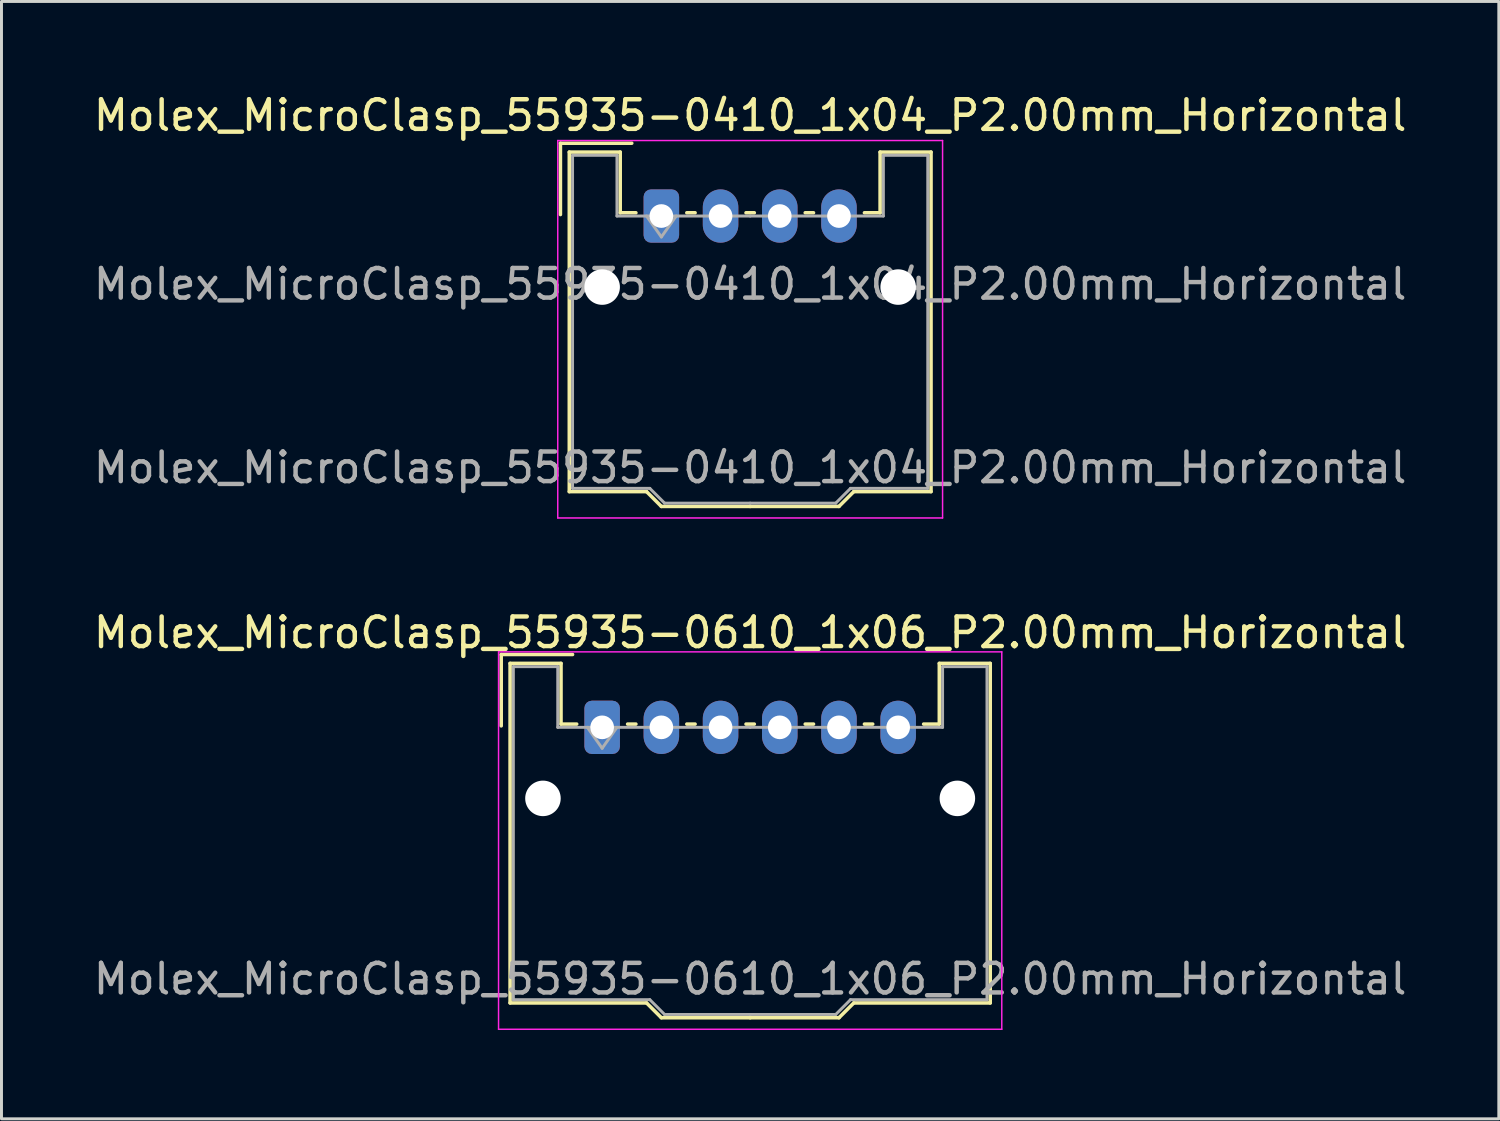
<source format=kicad_pcb>
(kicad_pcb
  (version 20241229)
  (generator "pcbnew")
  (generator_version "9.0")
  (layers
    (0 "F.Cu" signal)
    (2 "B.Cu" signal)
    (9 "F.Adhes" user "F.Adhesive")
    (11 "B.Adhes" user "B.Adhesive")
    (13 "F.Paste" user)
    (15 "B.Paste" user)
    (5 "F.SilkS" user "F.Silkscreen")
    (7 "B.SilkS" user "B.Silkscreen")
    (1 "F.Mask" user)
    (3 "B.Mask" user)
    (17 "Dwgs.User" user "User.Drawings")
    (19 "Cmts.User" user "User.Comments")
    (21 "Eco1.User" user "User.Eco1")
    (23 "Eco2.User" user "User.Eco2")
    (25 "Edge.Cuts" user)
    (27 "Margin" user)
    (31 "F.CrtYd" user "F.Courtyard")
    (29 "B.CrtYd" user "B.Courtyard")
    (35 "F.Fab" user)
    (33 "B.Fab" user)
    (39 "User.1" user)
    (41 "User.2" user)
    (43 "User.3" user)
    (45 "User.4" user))
  (footprint "Molex_MicroClasp_55935-0610_1x06_P2.00mm_Horizontal"
    (layer "F.Cu")
    (at 22.292 21.521)
    (property "Reference" "Molex_MicroClasp_55935-0610_1x06_P2.00mm_Horizontal" (at 0 -3.2 0) (unlocked yes) (layer "F.SilkS") (effects (font (size 1 1) (thickness 0.15))))
    (attr through_hole)
    (fp_line (start -8.41 -2.46) (end -6 -2.46) (stroke (width 0.12) (type solid)) (layer "F.SilkS"))
    (fp_line (start -8.41 -0.05) (end -8.41 -2.46) (stroke (width 0.12) (type solid)) (layer "F.SilkS"))
    (fp_line (start -8.11 -2.16) (end -6.39 -2.16) (stroke (width 0.12) (type solid)) (layer "F.SilkS"))
    (fp_line (start -8.11 9.31) (end -8.11 -2.16) (stroke (width 0.12) (type solid)) (layer "F.SilkS"))
    (fp_line (start -6.39 -2.16) (end -6.39 -0.11) (stroke (width 0.12) (type solid)) (layer "F.SilkS"))
    (fp_line (start -6.39 -0.11) (end -5.86 -0.11) (stroke (width 0.12) (type solid)) (layer "F.SilkS"))
    (fp_line (start -4.14 -0.11) (end -3.86 -0.11) (stroke (width 0.12) (type solid)) (layer "F.SilkS"))
    (fp_line (start -3.5 9.31) (end -8.11 9.31) (stroke (width 0.12) (type solid)) (layer "F.SilkS"))
    (fp_line (start -3 9.81) (end -3.5 9.31) (stroke (width 0.12) (type solid)) (layer "F.SilkS"))
    (fp_line (start -2.14 -0.11) (end -1.86 -0.11) (stroke (width 0.12) (type solid)) (layer "F.SilkS"))
    (fp_line (start -0.14 -0.11) (end 0.14 -0.11) (stroke (width 0.12) (type solid)) (layer "F.SilkS"))
    (fp_line (start 0 9.81) (end -3 9.81) (stroke (width 0.12) (type solid)) (layer "F.SilkS"))
    (fp_line (start 0 9.81) (end 3 9.81) (stroke (width 0.12) (type solid)) (layer "F.SilkS"))
    (fp_line (start 1.86 -0.11) (end 2.14 -0.11) (stroke (width 0.12) (type solid)) (layer "F.SilkS"))
    (fp_line (start 3 9.81) (end 3.5 9.31) (stroke (width 0.12) (type solid)) (layer "F.SilkS"))
    (fp_line (start 3.5 9.31) (end 8.11 9.31) (stroke (width 0.12) (type solid)) (layer "F.SilkS"))
    (fp_line (start 3.86 -0.11) (end 4.14 -0.11) (stroke (width 0.12) (type solid)) (layer "F.SilkS"))
    (fp_line (start 6.39 -2.16) (end 6.39 -0.11) (stroke (width 0.12) (type solid)) (layer "F.SilkS"))
    (fp_line (start 6.39 -0.11) (end 5.86 -0.11) (stroke (width 0.12) (type solid)) (layer "F.SilkS"))
    (fp_line (start 8.11 -2.16) (end 6.39 -2.16) (stroke (width 0.12) (type solid)) (layer "F.SilkS"))
    (fp_line (start 8.11 9.31) (end 8.11 -2.16) (stroke (width 0.12) (type solid)) (layer "F.SilkS"))
    (fp_line (start -8.5 -2.55) (end -8.5 10.2) (stroke (width 0.05) (type solid)) (layer "F.CrtYd"))
    (fp_line (start -8.5 10.2) (end 8.5 10.2) (stroke (width 0.05) (type solid)) (layer "F.CrtYd"))
    (fp_line (start 8.5 -2.55) (end -8.5 -2.55) (stroke (width 0.05) (type solid)) (layer "F.CrtYd"))
    (fp_line (start 8.5 10.2) (end 8.5 -2.55) (stroke (width 0.05) (type solid)) (layer "F.CrtYd"))
    (fp_line (start -8 -2.05) (end -6.5 -2.05) (stroke (width 0.1) (type solid)) (layer "F.Fab"))
    (fp_line (start -8 9.2) (end -8 -2.05) (stroke (width 0.1) (type solid)) (layer "F.Fab"))
    (fp_line (start -6.5 -2.05) (end -6.5 0) (stroke (width 0.1) (type solid)) (layer "F.Fab"))
    (fp_line (start -6.5 0) (end 0 0) (stroke (width 0.1) (type solid)) (layer "F.Fab"))
    (fp_line (start -5.5 0) (end -5 0.707) (stroke (width 0.1) (type solid)) (layer "F.Fab"))
    (fp_line (start -5 0.707) (end -4.5 0) (stroke (width 0.1) (type solid)) (layer "F.Fab"))
    (fp_line (start -3.39 9.2) (end -8 9.2) (stroke (width 0.1) (type solid)) (layer "F.Fab"))
    (fp_line (start -2.89 9.7) (end -3.39 9.2) (stroke (width 0.1) (type solid)) (layer "F.Fab"))
    (fp_line (start 0 9.7) (end -2.89 9.7) (stroke (width 0.1) (type solid)) (layer "F.Fab"))
    (fp_line (start 0 9.7) (end 2.89 9.7) (stroke (width 0.1) (type solid)) (layer "F.Fab"))
    (fp_line (start 2.89 9.7) (end 3.39 9.2) (stroke (width 0.1) (type solid)) (layer "F.Fab"))
    (fp_line (start 3.39 9.2) (end 8 9.2) (stroke (width 0.1) (type solid)) (layer "F.Fab"))
    (fp_line (start 6.5 -2.05) (end 6.5 0) (stroke (width 0.1) (type solid)) (layer "F.Fab"))
    (fp_line (start 6.5 0) (end 0 0) (stroke (width 0.1) (type solid)) (layer "F.Fab"))
    (fp_line (start 8 -2.05) (end 6.5 -2.05) (stroke (width 0.1) (type solid)) (layer "F.Fab"))
    (fp_line (start 8 9.2) (end 8 -2.05) (stroke (width 0.1) (type solid)) (layer "F.Fab"))
    (fp_text user "${REFERENCE}" (at 0 8.5 0) (layer "F.Fab") (effects (font (size 1 1) (thickness 0.15))))
    (pad "" np_thru_hole circle (at -7 2.4) (size 1.2 1.2) (drill 1.2) (layers "*.Cu" "*.Mask"))
    (pad "" np_thru_hole circle (at 7 2.4) (size 1.2 1.2) (drill 1.2) (layers "*.Cu" "*.Mask"))
    (pad "1" thru_hole roundrect (at -5 0) (size 1.2 1.8) (drill 0.8) (layers "*.Cu" "*.Mask") (roundrect_rratio 0.208))
    (pad "2" thru_hole oval (at -3 0) (size 1.2 1.8) (drill 0.8) (layers "*.Cu" "*.Mask"))
    (pad "3" thru_hole oval (at -1 0) (size 1.2 1.8) (drill 0.8) (layers "*.Cu" "*.Mask"))
    (pad "4" thru_hole oval (at 1 0) (size 1.2 1.8) (drill 0.8) (layers "*.Cu" "*.Mask"))
    (pad "5" thru_hole oval (at 3 0) (size 1.2 1.8) (drill 0.8) (layers "*.Cu" "*.Mask"))
    (pad "6" thru_hole oval (at 5 0) (size 1.2 1.8) (drill 0.8) (layers "*.Cu" "*.Mask")))
  (footprint "Molex_MicroClasp_55935-0410_1x04_P2.00mm_Horizontal"
    (layer "F.Cu")
    (at 22.292 4.048)
    (property "Reference" "Molex_MicroClasp_55935-0410_1x04_P2.00mm_Horizontal" (at 0 -3.2 0) (unlocked yes) (layer "F.SilkS") (effects (font (size 1 1) (thickness 0.15))))
    (attr through_hole)
    (fp_line (start -6.41 -2.26) (end -4 -2.26) (stroke (width 0.12) (type solid)) (layer "F.SilkS"))
    (fp_line (start -6.41 0.15) (end -6.41 -2.26) (stroke (width 0.12) (type solid)) (layer "F.SilkS"))
    (fp_line (start -6.11 -1.96) (end -4.39 -1.96) (stroke (width 0.12) (type solid)) (layer "F.SilkS"))
    (fp_line (start -6.11 9.51) (end -6.11 -1.96) (stroke (width 0.12) (type solid)) (layer "F.SilkS"))
    (fp_line (start -4.39 -1.96) (end -4.39 0.09) (stroke (width 0.12) (type solid)) (layer "F.SilkS"))
    (fp_line (start -4.39 0.09) (end -3.86 0.09) (stroke (width 0.12) (type solid)) (layer "F.SilkS"))
    (fp_line (start -3.5 9.51) (end -6.11 9.51) (stroke (width 0.12) (type solid)) (layer "F.SilkS"))
    (fp_line (start -3 10.01) (end -3.5 9.51) (stroke (width 0.12) (type solid)) (layer "F.SilkS"))
    (fp_line (start -2.14 0.09) (end -1.86 0.09) (stroke (width 0.12) (type solid)) (layer "F.SilkS"))
    (fp_line (start -0.14 0.09) (end 0.14 0.09) (stroke (width 0.12) (type solid)) (layer "F.SilkS"))
    (fp_line (start 0 10.01) (end -3 10.01) (stroke (width 0.12) (type solid)) (layer "F.SilkS"))
    (fp_line (start 0 10.01) (end 3 10.01) (stroke (width 0.12) (type solid)) (layer "F.SilkS"))
    (fp_line (start 1.86 0.09) (end 2.14 0.09) (stroke (width 0.12) (type solid)) (layer "F.SilkS"))
    (fp_line (start 3 10.01) (end 3.5 9.51) (stroke (width 0.12) (type solid)) (layer "F.SilkS"))
    (fp_line (start 3.5 9.51) (end 6.11 9.51) (stroke (width 0.12) (type solid)) (layer "F.SilkS"))
    (fp_line (start 4.39 -1.96) (end 4.39 0.09) (stroke (width 0.12) (type solid)) (layer "F.SilkS"))
    (fp_line (start 4.39 0.09) (end 3.86 0.09) (stroke (width 0.12) (type solid)) (layer "F.SilkS"))
    (fp_line (start 6.11 -1.96) (end 4.39 -1.96) (stroke (width 0.12) (type solid)) (layer "F.SilkS"))
    (fp_line (start 6.11 9.51) (end 6.11 -1.96) (stroke (width 0.12) (type solid)) (layer "F.SilkS"))
    (fp_line (start -6.5 -2.35) (end -6.5 10.4) (stroke (width 0.05) (type solid)) (layer "F.CrtYd"))
    (fp_line (start -6.5 10.4) (end 6.5 10.4) (stroke (width 0.05) (type solid)) (layer "F.CrtYd"))
    (fp_line (start 6.5 -2.35) (end -6.5 -2.35) (stroke (width 0.05) (type solid)) (layer "F.CrtYd"))
    (fp_line (start 6.5 10.4) (end 6.5 -2.35) (stroke (width 0.05) (type solid)) (layer "F.CrtYd"))
    (fp_line (start -6 -1.85) (end -4.5 -1.85) (stroke (width 0.1) (type solid)) (layer "F.Fab"))
    (fp_line (start -6 9.4) (end -6 -1.85) (stroke (width 0.1) (type solid)) (layer "F.Fab"))
    (fp_line (start -4.5 -1.85) (end -4.5 0.2) (stroke (width 0.1) (type solid)) (layer "F.Fab"))
    (fp_line (start -4.5 0.2) (end 0 0.2) (stroke (width 0.1) (type solid)) (layer "F.Fab"))
    (fp_line (start -3.5 0.2) (end -3 0.907) (stroke (width 0.1) (type solid)) (layer "F.Fab"))
    (fp_line (start -3.39 9.4) (end -6 9.4) (stroke (width 0.1) (type solid)) (layer "F.Fab"))
    (fp_line (start -3 0.907) (end -2.5 0.2) (stroke (width 0.1) (type solid)) (layer "F.Fab"))
    (fp_line (start -2.89 9.9) (end -3.39 9.4) (stroke (width 0.1) (type solid)) (layer "F.Fab"))
    (fp_line (start 0 9.9) (end -2.89 9.9) (stroke (width 0.1) (type solid)) (layer "F.Fab"))
    (fp_line (start 0 9.9) (end 2.89 9.9) (stroke (width 0.1) (type solid)) (layer "F.Fab"))
    (fp_line (start 2.89 9.9) (end 3.39 9.4) (stroke (width 0.1) (type solid)) (layer "F.Fab"))
    (fp_line (start 3.39 9.4) (end 6 9.4) (stroke (width 0.1) (type solid)) (layer "F.Fab"))
    (fp_line (start 4.5 -1.85) (end 4.5 0.2) (stroke (width 0.1) (type solid)) (layer "F.Fab"))
    (fp_line (start 4.5 0.2) (end 0 0.2) (stroke (width 0.1) (type solid)) (layer "F.Fab"))
    (fp_line (start 6 -1.85) (end 4.5 -1.85) (stroke (width 0.1) (type solid)) (layer "F.Fab"))
    (fp_line (start 6 9.4) (end 6 -1.85) (stroke (width 0.1) (type solid)) (layer "F.Fab"))
    (fp_text user "${REFERENCE}" (at 0 8.7 0) (layer "F.Fab") (effects (font (size 1 1) (thickness 0.15))))
    (fp_text user "${REFERENCE}" (at 0 2.5 0) (unlocked yes) (layer "F.Fab") (effects (font (size 1 1) (thickness 0.15))))
    (pad "" np_thru_hole circle (at -5 2.6) (size 1.2 1.2) (drill 1.2) (layers "*.Cu" "*.Mask"))
    (pad "" np_thru_hole circle (at 5 2.6) (size 1.2 1.2) (drill 1.2) (layers "*.Cu" "*.Mask"))
    (pad "1" thru_hole roundrect (at -3 0.2) (size 1.2 1.8) (drill 0.8) (layers "*.Cu" "*.Mask") (roundrect_rratio 0.208))
    (pad "2" thru_hole oval (at -1 0.2) (size 1.2 1.8) (drill 0.8) (layers "*.Cu" "*.Mask"))
    (pad "3" thru_hole oval (at 1 0.2) (size 1.2 1.8) (drill 0.8) (layers "*.Cu" "*.Mask"))
    (pad "4" thru_hole oval (at 3 0.2) (size 1.2 1.8) (drill 0.8) (layers "*.Cu" "*.Mask")))
  (gr_rect
    (start -3 -3)
    (end 47.583 34.746)
    (stroke (width 0.1) (type default))
    (fill no)
    (layer "Edge.Cuts")))
</source>
